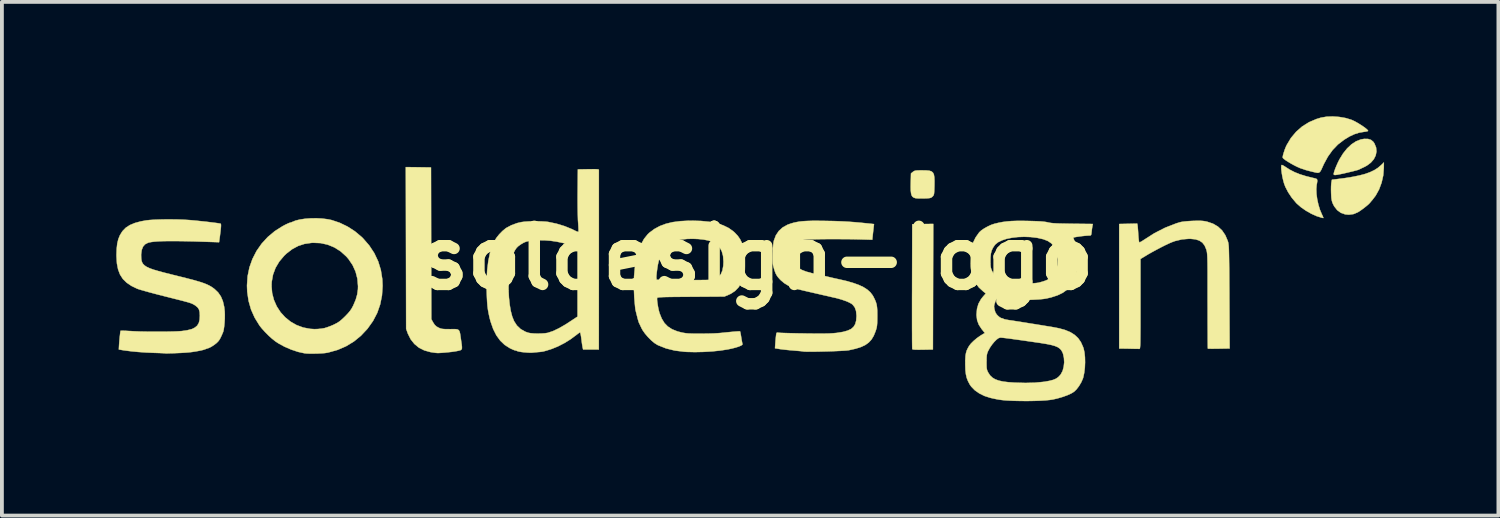
<source format=kicad_pcb>
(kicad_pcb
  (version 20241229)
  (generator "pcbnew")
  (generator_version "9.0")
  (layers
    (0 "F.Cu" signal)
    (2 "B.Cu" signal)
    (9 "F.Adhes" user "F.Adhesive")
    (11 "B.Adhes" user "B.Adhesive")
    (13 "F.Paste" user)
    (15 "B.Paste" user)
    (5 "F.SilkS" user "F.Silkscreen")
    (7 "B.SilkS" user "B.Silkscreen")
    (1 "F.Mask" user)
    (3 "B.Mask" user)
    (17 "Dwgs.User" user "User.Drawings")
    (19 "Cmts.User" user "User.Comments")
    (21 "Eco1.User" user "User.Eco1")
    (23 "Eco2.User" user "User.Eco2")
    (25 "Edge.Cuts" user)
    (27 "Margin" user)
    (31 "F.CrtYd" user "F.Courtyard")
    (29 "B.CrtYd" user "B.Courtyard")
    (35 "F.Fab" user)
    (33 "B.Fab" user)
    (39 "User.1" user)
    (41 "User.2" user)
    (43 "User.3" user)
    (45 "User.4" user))
  (footprint "soldesign-logo"
    (layer "F.Cu")
    (at 16.806 3.721)
    (property "Reference" "soldesign-logo" (at 0 0 0) (layer "F.SilkS") (effects (font (size 1.524 1.524) (thickness 0.3))))
    (attr through_hole)
    (fp_poly (pts (xy 4.614 2.396) (xy 4.347 2.401) (xy 4.24 2.402) (xy 4.163 2.401) (xy 4.112 2.398) (xy 4.083 2.392) (xy 4.072 2.384) (xy 4.071 2.364) (xy 4.07 2.313) (xy 4.069 2.233) (xy 4.068 2.125) (xy 4.068 1.994) (xy 4.067 1.84) (xy 4.067 1.667) (xy 4.067 1.476) (xy 4.067 1.27) (xy 4.067 1.052) (xy 4.068 0.823) (xy 4.068 0.737) (xy 4.072 -0.889) (xy 4.348 -0.894) (xy 4.623 -0.898) (xy 4.614 2.396)) (stroke (width 0.01) (type solid)) (fill yes) (layer "F.SilkS"))
    (fp_poly (pts (xy 16.026 -3.127) (xy 16.104 -3.102) (xy 16.165 -3.052) (xy 16.195 -3.008) (xy 16.238 -2.903) (xy 16.248 -2.797) (xy 16.228 -2.694) (xy 16.178 -2.595) (xy 16.1 -2.505) (xy 15.996 -2.427) (xy 15.922 -2.388) (xy 15.862 -2.36) (xy 15.813 -2.336) (xy 15.783 -2.322) (xy 15.782 -2.321) (xy 15.755 -2.312) (xy 15.703 -2.298) (xy 15.631 -2.279) (xy 15.547 -2.259) (xy 15.459 -2.238) (xy 15.372 -2.218) (xy 15.295 -2.202) (xy 15.234 -2.19) (xy 15.226 -2.188) (xy 15.17 -2.181) (xy 15.14 -2.183) (xy 15.127 -2.195) (xy 15.128 -2.224) (xy 15.143 -2.277) (xy 15.167 -2.347) (xy 15.2 -2.427) (xy 15.238 -2.511) (xy 15.278 -2.591) (xy 15.373 -2.746) (xy 15.479 -2.878) (xy 15.593 -2.985) (xy 15.713 -3.064) (xy 15.837 -3.113) (xy 15.925 -3.128) (xy 16.026 -3.127)) (stroke (width 0.01) (type solid)) (fill yes) (layer "F.SilkS"))
    (fp_poly (pts (xy 4.437 -2.301) (xy 4.517 -2.294) (xy 4.575 -2.276) (xy 4.614 -2.244) (xy 4.639 -2.195) (xy 4.651 -2.123) (xy 4.655 -2.025) (xy 4.654 -1.907) (xy 4.651 -1.811) (xy 4.648 -1.742) (xy 4.644 -1.695) (xy 4.637 -1.664) (xy 4.627 -1.642) (xy 4.612 -1.624) (xy 4.604 -1.616) (xy 4.582 -1.596) (xy 4.557 -1.583) (xy 4.523 -1.575) (xy 4.471 -1.57) (xy 4.394 -1.567) (xy 4.384 -1.567) (xy 4.304 -1.566) (xy 4.23 -1.567) (xy 4.174 -1.571) (xy 4.152 -1.574) (xy 4.11 -1.589) (xy 4.078 -1.612) (xy 4.055 -1.648) (xy 4.041 -1.701) (xy 4.033 -1.775) (xy 4.031 -1.875) (xy 4.033 -1.99) (xy 4.039 -2.222) (xy 4.089 -2.262) (xy 4.114 -2.28) (xy 4.141 -2.292) (xy 4.176 -2.298) (xy 4.228 -2.302) (xy 4.304 -2.303) (xy 4.332 -2.303) (xy 4.437 -2.301)) (stroke (width 0.01) (type solid)) (fill yes) (layer "F.SilkS"))
    (fp_poly (pts (xy 16.441 -2.369) (xy 16.426 -2.172) (xy 16.383 -1.981) (xy 16.316 -1.801) (xy 16.227 -1.64) (xy 16.138 -1.524) (xy 16.105 -1.486) (xy 16.081 -1.456) (xy 16.049 -1.422) (xy 15.997 -1.376) (xy 15.933 -1.325) (xy 15.864 -1.273) (xy 15.799 -1.228) (xy 15.758 -1.203) (xy 15.645 -1.156) (xy 15.525 -1.14) (xy 15.426 -1.149) (xy 15.313 -1.19) (xy 15.218 -1.26) (xy 15.141 -1.358) (xy 15.108 -1.421) (xy 15.088 -1.47) (xy 15.075 -1.52) (xy 15.066 -1.579) (xy 15.061 -1.658) (xy 15.059 -1.71) (xy 15.057 -1.797) (xy 15.058 -1.879) (xy 15.062 -1.946) (xy 15.066 -1.981) (xy 15.08 -2.057) (xy 15.19 -2.07) (xy 15.424 -2.1) (xy 15.627 -2.133) (xy 15.802 -2.169) (xy 15.953 -2.209) (xy 16.081 -2.255) (xy 16.191 -2.308) (xy 16.284 -2.367) (xy 16.364 -2.435) (xy 16.366 -2.436) (xy 16.442 -2.51) (xy 16.441 -2.369)) (stroke (width 0.01) (type solid)) (fill yes) (layer "F.SilkS"))
    (fp_poly (pts (xy 13.779 -2.441) (xy 13.816 -2.422) (xy 13.85 -2.4) (xy 13.969 -2.323) (xy 14.095 -2.258) (xy 14.235 -2.201) (xy 14.396 -2.151) (xy 14.582 -2.105) (xy 14.609 -2.099) (xy 14.655 -2.088) (xy 14.683 -2.074) (xy 14.695 -2.051) (xy 14.695 -2.012) (xy 14.685 -1.949) (xy 14.679 -1.921) (xy 14.67 -1.812) (xy 14.675 -1.683) (xy 14.694 -1.543) (xy 14.725 -1.402) (xy 14.766 -1.268) (xy 14.815 -1.152) (xy 14.839 -1.101) (xy 14.853 -1.066) (xy 14.855 -1.052) (xy 14.855 -1.052) (xy 14.829 -1.057) (xy 14.808 -1.062) (xy 14.677 -1.103) (xy 14.537 -1.166) (xy 14.397 -1.246) (xy 14.268 -1.336) (xy 14.159 -1.431) (xy 14.14 -1.451) (xy 14.026 -1.587) (xy 13.931 -1.73) (xy 13.857 -1.873) (xy 13.824 -1.962) (xy 13.8 -2.051) (xy 13.779 -2.144) (xy 13.764 -2.235) (xy 13.754 -2.317) (xy 13.75 -2.384) (xy 13.754 -2.43) (xy 13.761 -2.444) (xy 13.779 -2.441)) (stroke (width 0.01) (type solid)) (fill yes) (layer "F.SilkS"))
    (fp_poly (pts (xy -8.882 -2.384) (xy -8.551 -2.379) (xy -8.547 -0.389) (xy -8.543 1.6) (xy -8.494 1.689) (xy -8.453 1.751) (xy -8.407 1.793) (xy -8.359 1.82) (xy -8.321 1.838) (xy -8.286 1.85) (xy -8.244 1.857) (xy -8.19 1.861) (xy -8.114 1.862) (xy -8.048 1.863) (xy -7.962 1.862) (xy -7.898 1.863) (xy -7.853 1.871) (xy -7.823 1.889) (xy -7.803 1.922) (xy -7.789 1.974) (xy -7.777 2.051) (xy -7.762 2.156) (xy -7.761 2.165) (xy -7.747 2.259) (xy -7.74 2.325) (xy -7.74 2.369) (xy -7.751 2.396) (xy -7.774 2.413) (xy -7.812 2.424) (xy -7.866 2.436) (xy -7.924 2.446) (xy -8.005 2.458) (xy -8.099 2.468) (xy -8.196 2.477) (xy -8.285 2.484) (xy -8.356 2.488) (xy -8.382 2.488) (xy -8.429 2.484) (xy -8.494 2.475) (xy -8.565 2.464) (xy -8.566 2.464) (xy -8.727 2.419) (xy -8.868 2.348) (xy -8.987 2.25) (xy -9.084 2.128) (xy -9.157 1.982) (xy -9.164 1.963) (xy -9.203 1.854) (xy -9.212 -2.388) (xy -8.882 -2.384)) (stroke (width 0.01) (type solid)) (fill yes) (layer "F.SilkS"))
    (fp_poly (pts (xy 15.27 -3.704) (xy 15.433 -3.676) (xy 15.582 -3.632) (xy 15.612 -3.62) (xy 15.678 -3.589) (xy 15.751 -3.548) (xy 15.825 -3.503) (xy 15.895 -3.457) (xy 15.956 -3.413) (xy 16.001 -3.376) (xy 16.026 -3.348) (xy 16.028 -3.336) (xy 16.008 -3.328) (xy 15.965 -3.319) (xy 15.922 -3.313) (xy 15.792 -3.291) (xy 15.667 -3.251) (xy 15.537 -3.19) (xy 15.398 -3.105) (xy 15.238 -2.982) (xy 15.097 -2.835) (xy 14.974 -2.663) (xy 14.865 -2.462) (xy 14.834 -2.392) (xy 14.8 -2.317) (xy 14.772 -2.27) (xy 14.744 -2.245) (xy 14.71 -2.238) (xy 14.665 -2.244) (xy 14.656 -2.246) (xy 14.57 -2.266) (xy 14.489 -2.286) (xy 14.422 -2.304) (xy 14.377 -2.317) (xy 14.368 -2.321) (xy 14.324 -2.336) (xy 14.292 -2.346) (xy 14.237 -2.365) (xy 14.168 -2.396) (xy 14.09 -2.435) (xy 14.01 -2.479) (xy 13.933 -2.525) (xy 13.867 -2.567) (xy 13.818 -2.603) (xy 13.792 -2.63) (xy 13.79 -2.633) (xy 13.79 -2.662) (xy 13.801 -2.715) (xy 13.821 -2.781) (xy 13.845 -2.853) (xy 13.873 -2.922) (xy 13.893 -2.965) (xy 14.005 -3.152) (xy 14.141 -3.314) (xy 14.299 -3.453) (xy 14.478 -3.565) (xy 14.677 -3.65) (xy 14.794 -3.685) (xy 14.939 -3.71) (xy 15.101 -3.716) (xy 15.27 -3.704)) (stroke (width 0.01) (type solid)) (fill yes) (layer "F.SilkS"))
    (fp_poly (pts (xy 11.625 -0.98) (xy 11.691 -0.976) (xy 11.749 -0.968) (xy 11.806 -0.956) (xy 11.96 -0.904) (xy 12.09 -0.828) (xy 12.197 -0.729) (xy 12.283 -0.603) (xy 12.347 -0.452) (xy 12.356 -0.423) (xy 12.361 -0.403) (xy 12.365 -0.377) (xy 12.369 -0.344) (xy 12.373 -0.301) (xy 12.376 -0.245) (xy 12.378 -0.175) (xy 12.38 -0.088) (xy 12.382 0.019) (xy 12.384 0.146) (xy 12.386 0.298) (xy 12.387 0.476) (xy 12.388 0.681) (xy 12.39 0.918) (xy 12.39 1.019) (xy 12.397 2.369) (xy 12.115 2.374) (xy 12.021 2.375) (xy 11.94 2.376) (xy 11.876 2.375) (xy 11.837 2.374) (xy 11.826 2.372) (xy 11.825 2.354) (xy 11.824 2.306) (xy 11.823 2.228) (xy 11.822 2.125) (xy 11.822 1.998) (xy 11.821 1.852) (xy 11.82 1.687) (xy 11.82 1.507) (xy 11.82 1.314) (xy 11.819 1.125) (xy 11.819 0.89) (xy 11.819 0.686) (xy 11.819 0.512) (xy 11.819 0.363) (xy 11.818 0.239) (xy 11.817 0.136) (xy 11.815 0.051) (xy 11.813 -0.016) (xy 11.81 -0.07) (xy 11.807 -0.113) (xy 11.803 -0.147) (xy 11.799 -0.174) (xy 11.793 -0.198) (xy 11.787 -0.22) (xy 11.785 -0.227) (xy 11.742 -0.329) (xy 11.682 -0.407) (xy 11.602 -0.461) (xy 11.5 -0.494) (xy 11.372 -0.507) (xy 11.335 -0.508) (xy 11.148 -0.493) (xy 10.962 -0.448) (xy 10.88 -0.418) (xy 10.808 -0.387) (xy 10.714 -0.343) (xy 10.607 -0.289) (xy 10.493 -0.229) (xy 10.38 -0.168) (xy 10.276 -0.11) (xy 10.205 -0.067) (xy 10.058 0.022) (xy 10.058 1.201) (xy 10.058 1.43) (xy 10.058 1.627) (xy 10.058 1.795) (xy 10.057 1.936) (xy 10.056 2.052) (xy 10.055 2.147) (xy 10.054 2.221) (xy 10.052 2.278) (xy 10.049 2.319) (xy 10.046 2.348) (xy 10.042 2.366) (xy 10.038 2.376) (xy 10.032 2.379) (xy 10.029 2.38) (xy 10.002 2.379) (xy 9.948 2.378) (xy 9.874 2.377) (xy 9.787 2.375) (xy 9.749 2.374) (xy 9.5 2.37) (xy 9.5 -0.896) (xy 9.736 -0.901) (xy 9.973 -0.906) (xy 9.981 -0.864) (xy 9.985 -0.83) (xy 9.99 -0.772) (xy 9.996 -0.696) (xy 10 -0.622) (xy 10.006 -0.543) (xy 10.013 -0.478) (xy 10.02 -0.432) (xy 10.027 -0.413) (xy 10.047 -0.418) (xy 10.087 -0.439) (xy 10.137 -0.471) (xy 10.148 -0.478) (xy 10.423 -0.654) (xy 10.705 -0.798) (xy 10.995 -0.911) (xy 11.1 -0.943) (xy 11.148 -0.953) (xy 11.221 -0.962) (xy 11.311 -0.97) (xy 11.407 -0.976) (xy 11.433 -0.977) (xy 11.542 -0.98) (xy 11.625 -0.98)) (stroke (width 0.01) (type solid)) (fill yes) (layer "F.SilkS"))
    (fp_poly (pts (xy -11.403 -1.038) (xy -11.261 -1.02) (xy -11.159 -0.999) (xy -10.947 -0.928) (xy -10.74 -0.828) (xy -10.546 -0.703) (xy -10.372 -0.557) (xy -10.335 -0.521) (xy -10.171 -0.332) (xy -10.038 -0.13) (xy -9.937 0.084) (xy -9.867 0.311) (xy -9.829 0.549) (xy -9.821 0.727) (xy -9.837 0.977) (xy -9.884 1.213) (xy -9.962 1.437) (xy -10.072 1.648) (xy -10.213 1.846) (xy -10.218 1.853) (xy -10.388 2.034) (xy -10.574 2.186) (xy -10.778 2.31) (xy -11 2.406) (xy -11.242 2.474) (xy -11.269 2.48) (xy -11.336 2.49) (xy -11.427 2.497) (xy -11.531 2.502) (xy -11.64 2.504) (xy -11.741 2.504) (xy -11.826 2.5) (xy -11.87 2.495) (xy -12.038 2.458) (xy -12.216 2.399) (xy -12.392 2.323) (xy -12.553 2.235) (xy -12.632 2.183) (xy -12.717 2.116) (xy -12.811 2.031) (xy -12.905 1.936) (xy -12.989 1.843) (xy -13.047 1.77) (xy -13.175 1.563) (xy -13.271 1.348) (xy -13.336 1.121) (xy -13.371 0.882) (xy -13.377 0.728) (xy -12.734 0.728) (xy -12.718 0.918) (xy -12.671 1.098) (xy -12.597 1.265) (xy -12.498 1.418) (xy -12.376 1.552) (xy -12.235 1.666) (xy -12.077 1.756) (xy -11.904 1.82) (xy -11.72 1.855) (xy -11.609 1.862) (xy -11.52 1.859) (xy -11.429 1.85) (xy -11.352 1.837) (xy -11.346 1.836) (xy -11.278 1.815) (xy -11.195 1.785) (xy -11.112 1.75) (xy -11.092 1.74) (xy -11.019 1.703) (xy -10.956 1.663) (xy -10.895 1.613) (xy -10.824 1.547) (xy -10.802 1.525) (xy -10.73 1.45) (xy -10.677 1.387) (xy -10.635 1.326) (xy -10.597 1.256) (xy -10.587 1.235) (xy -10.525 1.089) (xy -10.486 0.952) (xy -10.467 0.815) (xy -10.465 0.736) (xy -10.481 0.541) (xy -10.529 0.355) (xy -10.608 0.181) (xy -10.716 0.022) (xy -10.774 -0.045) (xy -10.923 -0.179) (xy -11.086 -0.282) (xy -11.262 -0.354) (xy -11.448 -0.395) (xy -11.645 -0.403) (xy -11.685 -0.401) (xy -11.869 -0.374) (xy -12.038 -0.319) (xy -12.195 -0.234) (xy -12.344 -0.119) (xy -12.404 -0.061) (xy -12.532 0.091) (xy -12.629 0.255) (xy -12.695 0.432) (xy -12.729 0.62) (xy -12.734 0.728) (xy -13.377 0.728) (xy -13.377 0.716) (xy -13.361 0.475) (xy -13.313 0.242) (xy -13.234 0.021) (xy -13.127 -0.188) (xy -12.992 -0.381) (xy -12.832 -0.555) (xy -12.647 -0.71) (xy -12.439 -0.841) (xy -12.381 -0.872) (xy -12.322 -0.9) (xy -12.275 -0.921) (xy -12.246 -0.931) (xy -12.244 -0.931) (xy -12.214 -0.939) (xy -12.196 -0.947) (xy -12.106 -0.984) (xy -11.989 -1.013) (xy -11.854 -1.033) (xy -11.706 -1.044) (xy -11.554 -1.046) (xy -11.403 -1.038)) (stroke (width 0.01) (type solid)) (fill yes) (layer "F.SilkS"))
    (fp_poly (pts (xy -4.24 -2.334) (xy -4.188 -2.331) (xy -4.159 -2.326) (xy -4.149 -2.318) (xy -4.148 -2.316) (xy -4.148 -2.297) (xy -4.148 -2.246) (xy -4.148 -2.165) (xy -4.148 -2.055) (xy -4.148 -1.92) (xy -4.148 -1.761) (xy -4.148 -1.58) (xy -4.148 -1.378) (xy -4.148 -1.158) (xy -4.148 -0.922) (xy -4.148 -0.671) (xy -4.148 -0.408) (xy -4.148 -0.134) (xy -4.148 0.051) (xy -4.149 2.396) (xy -4.561 2.396) (xy -4.573 2.345) (xy -4.58 2.307) (xy -4.59 2.245) (xy -4.6 2.169) (xy -4.606 2.121) (xy -4.616 2.049) (xy -4.626 1.992) (xy -4.636 1.956) (xy -4.642 1.947) (xy -4.662 1.957) (xy -4.699 1.984) (xy -4.747 2.021) (xy -4.75 2.023) (xy -4.896 2.131) (xy -5.057 2.23) (xy -5.222 2.315) (xy -5.379 2.379) (xy -5.402 2.387) (xy -5.488 2.414) (xy -5.551 2.433) (xy -5.6 2.446) (xy -5.644 2.454) (xy -5.692 2.46) (xy -5.732 2.463) (xy -5.8 2.469) (xy -5.862 2.475) (xy -5.901 2.479) (xy -5.941 2.48) (xy -6.003 2.478) (xy -6.077 2.472) (xy -6.104 2.47) (xy -6.176 2.462) (xy -6.237 2.452) (xy -6.278 2.442) (xy -6.286 2.438) (xy -6.322 2.424) (xy -6.339 2.421) (xy -6.365 2.414) (xy -6.411 2.395) (xy -6.469 2.368) (xy -6.48 2.363) (xy -6.616 2.277) (xy -6.734 2.165) (xy -6.836 2.025) (xy -6.92 1.858) (xy -6.989 1.661) (xy -7.016 1.558) (xy -7.038 1.456) (xy -7.056 1.36) (xy -7.069 1.261) (xy -7.078 1.152) (xy -7.085 1.025) (xy -7.09 0.872) (xy -7.09 0.864) (xy -7.09 0.647) (xy -6.517 0.647) (xy -6.517 0.84) (xy -6.507 1.031) (xy -6.488 1.213) (xy -6.46 1.381) (xy -6.422 1.528) (xy -6.374 1.648) (xy -6.373 1.651) (xy -6.298 1.767) (xy -6.2 1.86) (xy -6.078 1.929) (xy -6.004 1.956) (xy -5.942 1.968) (xy -5.857 1.976) (xy -5.76 1.979) (xy -5.659 1.977) (xy -5.566 1.971) (xy -5.491 1.96) (xy -5.478 1.956) (xy -5.35 1.913) (xy -5.201 1.842) (xy -5.033 1.746) (xy -4.915 1.67) (xy -4.707 1.533) (xy -4.707 -0.304) (xy -4.754 -0.314) (xy -4.798 -0.325) (xy -4.857 -0.34) (xy -4.885 -0.347) (xy -5.084 -0.397) (xy -5.26 -0.434) (xy -5.422 -0.457) (xy -5.577 -0.469) (xy -5.733 -0.47) (xy -5.766 -0.469) (xy -5.883 -0.463) (xy -5.974 -0.452) (xy -6.049 -0.435) (xy -6.116 -0.408) (xy -6.182 -0.37) (xy -6.206 -0.354) (xy -6.265 -0.311) (xy -6.308 -0.268) (xy -6.345 -0.214) (xy -6.375 -0.156) (xy -6.422 -0.037) (xy -6.46 0.109) (xy -6.489 0.275) (xy -6.507 0.456) (xy -6.517 0.647) (xy -7.09 0.647) (xy -7.091 0.573) (xy -7.077 0.312) (xy -7.048 0.078) (xy -7.005 -0.131) (xy -6.946 -0.316) (xy -6.89 -0.443) (xy -6.836 -0.531) (xy -6.762 -0.624) (xy -6.677 -0.711) (xy -6.593 -0.781) (xy -6.572 -0.795) (xy -6.44 -0.865) (xy -6.292 -0.919) (xy -6.176 -0.946) (xy -6.096 -0.956) (xy -5.991 -0.963) (xy -5.873 -0.966) (xy -5.752 -0.967) (xy -5.636 -0.963) (xy -5.537 -0.957) (xy -5.478 -0.95) (xy -5.256 -0.903) (xy -5.046 -0.839) (xy -4.855 -0.761) (xy -4.781 -0.724) (xy -4.732 -0.701) (xy -4.697 -0.69) (xy -4.683 -0.692) (xy -4.681 -0.714) (xy -4.682 -0.763) (xy -4.685 -0.832) (xy -4.69 -0.913) (xy -4.691 -0.925) (xy -4.696 -0.996) (xy -4.699 -1.094) (xy -4.702 -1.214) (xy -4.704 -1.351) (xy -4.705 -1.497) (xy -4.705 -1.648) (xy -4.704 -1.736) (xy -4.699 -2.328) (xy -4.424 -2.333) (xy -4.317 -2.334) (xy -4.24 -2.334)) (stroke (width 0.01) (type solid)) (fill yes) (layer "F.SilkS"))
    (fp_poly (pts (xy -1.465 -0.975) (xy -1.248 -0.953) (xy -1.057 -0.915) (xy -0.891 -0.862) (xy -0.747 -0.792) (xy -0.624 -0.705) (xy -0.585 -0.67) (xy -0.505 -0.585) (xy -0.444 -0.497) (xy -0.394 -0.396) (xy -0.361 -0.309) (xy -0.345 -0.257) (xy -0.332 -0.21) (xy -0.324 -0.161) (xy -0.319 -0.103) (xy -0.317 -0.028) (xy -0.316 0.072) (xy -0.316 0.102) (xy -0.316 0.216) (xy -0.318 0.303) (xy -0.323 0.37) (xy -0.331 0.424) (xy -0.342 0.472) (xy -0.346 0.483) (xy -0.405 0.635) (xy -0.48 0.76) (xy -0.573 0.858) (xy -0.687 0.934) (xy -0.74 0.958) (xy -0.855 1.007) (xy -1.732 1.013) (xy -1.931 1.014) (xy -2.098 1.016) (xy -2.236 1.017) (xy -2.348 1.019) (xy -2.437 1.021) (xy -2.504 1.024) (xy -2.554 1.027) (xy -2.587 1.031) (xy -2.608 1.035) (xy -2.618 1.041) (xy -2.619 1.043) (xy -2.622 1.075) (xy -2.618 1.131) (xy -2.608 1.203) (xy -2.595 1.283) (xy -2.579 1.36) (xy -2.561 1.428) (xy -2.556 1.444) (xy -2.499 1.586) (xy -2.428 1.702) (xy -2.339 1.793) (xy -2.228 1.865) (xy -2.091 1.92) (xy -1.989 1.947) (xy -1.932 1.959) (xy -1.874 1.968) (xy -1.809 1.975) (xy -1.731 1.978) (xy -1.632 1.981) (xy -1.507 1.981) (xy -1.488 1.981) (xy -1.369 1.98) (xy -1.251 1.978) (xy -1.141 1.975) (xy -1.048 1.97) (xy -0.98 1.965) (xy -0.977 1.965) (xy -0.819 1.949) (xy -0.686 1.936) (xy -0.581 1.926) (xy -0.504 1.921) (xy -0.458 1.919) (xy -0.445 1.92) (xy -0.439 1.939) (xy -0.43 1.983) (xy -0.419 2.045) (xy -0.413 2.084) (xy -0.401 2.154) (xy -0.391 2.21) (xy -0.383 2.246) (xy -0.38 2.253) (xy -0.386 2.272) (xy -0.421 2.295) (xy -0.481 2.32) (xy -0.563 2.346) (xy -0.66 2.371) (xy -0.77 2.394) (xy -0.964 2.424) (xy -1.18 2.446) (xy -1.405 2.459) (xy -1.628 2.464) (xy -1.838 2.459) (xy -1.905 2.455) (xy -2.156 2.424) (xy -2.386 2.367) (xy -2.595 2.284) (xy -2.616 2.273) (xy -2.692 2.225) (xy -2.776 2.154) (xy -2.86 2.069) (xy -2.937 1.979) (xy -2.999 1.891) (xy -3.029 1.837) (xy -3.057 1.777) (xy -3.081 1.726) (xy -3.096 1.696) (xy -3.097 1.693) (xy -3.107 1.665) (xy -3.122 1.614) (xy -3.139 1.552) (xy -3.139 1.549) (xy -3.157 1.48) (xy -3.173 1.415) (xy -3.184 1.371) (xy -3.191 1.334) (xy -3.198 1.271) (xy -3.206 1.187) (xy -3.214 1.092) (xy -3.22 1.019) (xy -3.231 0.741) (xy -3.226 0.526) (xy -2.64 0.526) (xy -2.635 0.558) (xy -2.63 0.564) (xy -2.612 0.567) (xy -2.562 0.569) (xy -2.486 0.571) (xy -2.387 0.573) (xy -2.268 0.574) (xy -2.133 0.575) (xy -1.986 0.576) (xy -1.894 0.576) (xy -1.715 0.576) (xy -1.567 0.575) (xy -1.447 0.574) (xy -1.35 0.573) (xy -1.274 0.571) (xy -1.216 0.568) (xy -1.172 0.564) (xy -1.139 0.559) (xy -1.114 0.553) (xy -1.097 0.547) (xy -1.013 0.498) (xy -0.95 0.424) (xy -0.907 0.324) (xy -0.884 0.198) (xy -0.879 0.094) (xy -0.89 -0.057) (xy -0.925 -0.184) (xy -0.984 -0.287) (xy -1.068 -0.369) (xy -1.176 -0.431) (xy -1.177 -0.431) (xy -1.276 -0.463) (xy -1.399 -0.487) (xy -1.538 -0.502) (xy -1.683 -0.508) (xy -1.825 -0.505) (xy -1.956 -0.492) (xy -2.017 -0.481) (xy -2.159 -0.441) (xy -2.278 -0.388) (xy -2.375 -0.319) (xy -2.454 -0.231) (xy -2.516 -0.12) (xy -2.565 0.016) (xy -2.602 0.18) (xy -2.616 0.27) (xy -2.631 0.385) (xy -2.639 0.469) (xy -2.64 0.526) (xy -3.226 0.526) (xy -3.225 0.48) (xy -3.203 0.238) (xy -3.165 0.016) (xy -3.112 -0.184) (xy -3.044 -0.359) (xy -2.962 -0.507) (xy -2.865 -0.627) (xy -2.823 -0.667) (xy -2.693 -0.764) (xy -2.55 -0.841) (xy -2.391 -0.901) (xy -2.213 -0.944) (xy -2.012 -0.97) (xy -1.784 -0.982) (xy -1.711 -0.982) (xy -1.465 -0.975)) (stroke (width 0.01) (type solid)) (fill yes) (layer "F.SilkS"))
    (fp_poly (pts (xy -15.204 -1.014) (xy -15.054 -1.009) (xy -14.918 -1.001) (xy -14.876 -0.998) (xy -14.775 -0.989) (xy -14.665 -0.978) (xy -14.55 -0.966) (xy -14.437 -0.954) (xy -14.33 -0.941) (xy -14.234 -0.929) (xy -14.156 -0.919) (xy -14.099 -0.91) (xy -14.07 -0.904) (xy -14.067 -0.903) (xy -14.061 -0.887) (xy -14.059 -0.848) (xy -14.064 -0.784) (xy -14.074 -0.692) (xy -14.089 -0.57) (xy -14.092 -0.552) (xy -14.11 -0.418) (xy -14.51 -0.431) (xy -14.783 -0.44) (xy -15.023 -0.445) (xy -15.234 -0.448) (xy -15.416 -0.448) (xy -15.571 -0.446) (xy -15.7 -0.441) (xy -15.807 -0.433) (xy -15.892 -0.422) (xy -15.956 -0.409) (xy -15.972 -0.404) (xy -16.049 -0.365) (xy -16.104 -0.303) (xy -16.139 -0.215) (xy -16.154 -0.102) (xy -16.154 -0.067) (xy -16.152 0.001) (xy -16.145 0.059) (xy -16.129 0.11) (xy -16.102 0.155) (xy -16.061 0.194) (xy -16.005 0.231) (xy -15.929 0.266) (xy -15.832 0.301) (xy -15.71 0.337) (xy -15.562 0.377) (xy -15.384 0.422) (xy -15.313 0.44) (xy -15.114 0.489) (xy -14.944 0.532) (xy -14.8 0.569) (xy -14.68 0.603) (xy -14.58 0.633) (xy -14.497 0.662) (xy -14.428 0.69) (xy -14.37 0.718) (xy -14.318 0.747) (xy -14.271 0.779) (xy -14.228 0.811) (xy -14.134 0.901) (xy -14.062 1.006) (xy -14.01 1.13) (xy -13.976 1.277) (xy -13.962 1.397) (xy -13.959 1.484) (xy -13.96 1.583) (xy -13.966 1.686) (xy -13.975 1.784) (xy -13.987 1.868) (xy -14.001 1.929) (xy -14.006 1.942) (xy -14.044 2.031) (xy -14.075 2.096) (xy -14.103 2.144) (xy -14.133 2.184) (xy -14.133 2.184) (xy -14.181 2.231) (xy -14.245 2.28) (xy -14.313 2.324) (xy -14.374 2.354) (xy -14.393 2.361) (xy -14.441 2.376) (xy -14.47 2.388) (xy -14.527 2.407) (xy -14.61 2.426) (xy -14.711 2.445) (xy -14.821 2.462) (xy -14.901 2.471) (xy -14.96 2.476) (xy -15.036 2.481) (xy -15.123 2.486) (xy -15.216 2.49) (xy -15.307 2.494) (xy -15.391 2.496) (xy -15.461 2.498) (xy -15.51 2.498) (xy -15.533 2.496) (xy -15.534 2.495) (xy -15.551 2.494) (xy -15.596 2.492) (xy -15.663 2.489) (xy -15.748 2.486) (xy -15.816 2.484) (xy -16.025 2.475) (xy -16.224 2.461) (xy -16.406 2.444) (xy -16.564 2.424) (xy -16.614 2.417) (xy -16.739 2.396) (xy -16.735 2.32) (xy -16.731 2.253) (xy -16.725 2.176) (xy -16.718 2.097) (xy -16.71 2.022) (xy -16.703 1.961) (xy -16.697 1.919) (xy -16.693 1.905) (xy -16.674 1.903) (xy -16.628 1.904) (xy -16.56 1.906) (xy -16.476 1.911) (xy -16.433 1.913) (xy -16.322 1.919) (xy -16.191 1.924) (xy -16.045 1.927) (xy -15.89 1.929) (xy -15.733 1.929) (xy -15.578 1.929) (xy -15.433 1.927) (xy -15.302 1.924) (xy -15.192 1.92) (xy -15.108 1.914) (xy -15.091 1.913) (xy -14.946 1.892) (xy -14.832 1.863) (xy -14.745 1.822) (xy -14.682 1.769) (xy -14.641 1.699) (xy -14.62 1.612) (xy -14.614 1.512) (xy -14.619 1.416) (xy -14.638 1.344) (xy -14.675 1.289) (xy -14.733 1.242) (xy -14.755 1.228) (xy -14.777 1.215) (xy -14.798 1.204) (xy -14.82 1.193) (xy -14.846 1.183) (xy -14.88 1.171) (xy -14.926 1.157) (xy -14.986 1.141) (xy -15.063 1.12) (xy -15.161 1.095) (xy -15.284 1.064) (xy -15.434 1.026) (xy -15.545 0.998) (xy -15.688 0.962) (xy -15.824 0.926) (xy -15.951 0.892) (xy -16.062 0.861) (xy -16.153 0.835) (xy -16.221 0.814) (xy -16.256 0.802) (xy -16.409 0.728) (xy -16.534 0.643) (xy -16.633 0.546) (xy -16.707 0.431) (xy -16.758 0.297) (xy -16.789 0.14) (xy -16.8 -0.043) (xy -16.801 -0.085) (xy -16.795 -0.248) (xy -16.78 -0.384) (xy -16.752 -0.499) (xy -16.711 -0.6) (xy -16.655 -0.691) (xy -16.632 -0.721) (xy -16.553 -0.801) (xy -16.45 -0.867) (xy -16.321 -0.921) (xy -16.164 -0.964) (xy -16.02 -0.99) (xy -15.929 -1) (xy -15.81 -1.008) (xy -15.672 -1.013) (xy -15.52 -1.016) (xy -15.362 -1.016) (xy -15.204 -1.014)) (stroke (width 0.01) (type solid)) (fill yes) (layer "F.SilkS"))
    (fp_poly (pts (xy 1.781 -0.977) (xy 1.829 -0.976) (xy 1.999 -0.973) (xy 2.148 -0.968) (xy 2.285 -0.962) (xy 2.417 -0.954) (xy 2.553 -0.944) (xy 2.702 -0.931) (xy 2.871 -0.914) (xy 2.978 -0.903) (xy 3.069 -0.893) (xy 3.056 -0.781) (xy 3.047 -0.704) (xy 3.038 -0.623) (xy 3.033 -0.576) (xy 3.023 -0.483) (xy 2.743 -0.491) (xy 2.584 -0.495) (xy 2.417 -0.498) (xy 2.247 -0.499) (xy 2.076 -0.5) (xy 1.911 -0.5) (xy 1.753 -0.499) (xy 1.608 -0.497) (xy 1.479 -0.494) (xy 1.37 -0.49) (xy 1.286 -0.485) (xy 1.23 -0.48) (xy 1.215 -0.477) (xy 1.112 -0.44) (xy 1.036 -0.381) (xy 0.988 -0.307) (xy 0.973 -0.25) (xy 0.963 -0.171) (xy 0.96 -0.082) (xy 0.963 0.007) (xy 0.972 0.083) (xy 0.986 0.135) (xy 1.028 0.202) (xy 1.09 0.26) (xy 1.176 0.309) (xy 1.289 0.353) (xy 1.431 0.392) (xy 1.482 0.404) (xy 1.607 0.431) (xy 1.736 0.46) (xy 1.854 0.487) (xy 1.905 0.499) (xy 1.976 0.516) (xy 2.06 0.535) (xy 2.134 0.551) (xy 2.343 0.599) (xy 2.521 0.65) (xy 2.67 0.703) (xy 2.793 0.761) (xy 2.893 0.825) (xy 2.972 0.896) (xy 3.033 0.975) (xy 3.057 1.018) (xy 3.094 1.093) (xy 3.12 1.158) (xy 3.138 1.221) (xy 3.148 1.29) (xy 3.154 1.374) (xy 3.155 1.481) (xy 3.155 1.524) (xy 3.154 1.628) (xy 3.152 1.706) (xy 3.147 1.767) (xy 3.139 1.818) (xy 3.126 1.867) (xy 3.109 1.919) (xy 3.062 2.035) (xy 3.004 2.132) (xy 2.932 2.211) (xy 2.841 2.277) (xy 2.729 2.33) (xy 2.591 2.374) (xy 2.423 2.412) (xy 2.396 2.417) (xy 2.352 2.422) (xy 2.283 2.427) (xy 2.192 2.432) (xy 2.085 2.437) (xy 1.967 2.442) (xy 1.842 2.446) (xy 1.717 2.449) (xy 1.595 2.452) (xy 1.481 2.453) (xy 1.381 2.454) (xy 1.3 2.453) (xy 1.242 2.451) (xy 1.212 2.448) (xy 1.211 2.447) (xy 1.188 2.444) (xy 1.139 2.438) (xy 1.069 2.432) (xy 0.985 2.425) (xy 0.957 2.422) (xy 0.857 2.414) (xy 0.757 2.404) (xy 0.668 2.394) (xy 0.6 2.385) (xy 0.596 2.384) (xy 0.472 2.364) (xy 0.482 2.219) (xy 0.488 2.143) (xy 0.495 2.071) (xy 0.501 2.018) (xy 0.502 2.009) (xy 0.51 1.968) (xy 0.524 1.952) (xy 0.55 1.954) (xy 0.556 1.955) (xy 0.583 1.958) (xy 0.639 1.961) (xy 0.722 1.964) (xy 0.826 1.967) (xy 0.948 1.97) (xy 1.084 1.973) (xy 1.23 1.975) (xy 1.253 1.976) (xy 1.431 1.978) (xy 1.58 1.979) (xy 1.704 1.979) (xy 1.806 1.978) (xy 1.892 1.976) (xy 1.965 1.972) (xy 2.03 1.967) (xy 2.092 1.961) (xy 2.11 1.958) (xy 2.258 1.934) (xy 2.376 1.901) (xy 2.467 1.859) (xy 2.532 1.803) (xy 2.576 1.731) (xy 2.601 1.641) (xy 2.61 1.53) (xy 2.61 1.502) (xy 2.598 1.384) (xy 2.564 1.29) (xy 2.507 1.218) (xy 2.476 1.194) (xy 2.411 1.159) (xy 2.322 1.122) (xy 2.218 1.086) (xy 2.109 1.055) (xy 2.057 1.042) (xy 2.007 1.031) (xy 1.932 1.014) (xy 1.839 0.992) (xy 1.736 0.969) (xy 1.651 0.949) (xy 1.545 0.925) (xy 1.442 0.901) (xy 1.349 0.88) (xy 1.276 0.863) (xy 1.236 0.854) (xy 1.068 0.813) (xy 0.929 0.768) (xy 0.813 0.716) (xy 0.715 0.656) (xy 0.63 0.585) (xy 0.596 0.551) (xy 0.551 0.5) (xy 0.517 0.452) (xy 0.489 0.4) (xy 0.464 0.335) (xy 0.438 0.249) (xy 0.423 0.195) (xy 0.415 0.143) (xy 0.41 0.066) (xy 0.409 -0.028) (xy 0.411 -0.131) (xy 0.416 -0.235) (xy 0.423 -0.331) (xy 0.433 -0.411) (xy 0.443 -0.46) (xy 0.495 -0.598) (xy 0.572 -0.713) (xy 0.673 -0.805) (xy 0.8 -0.876) (xy 0.872 -0.902) (xy 0.951 -0.926) (xy 1.03 -0.944) (xy 1.115 -0.959) (xy 1.21 -0.969) (xy 1.32 -0.975) (xy 1.449 -0.979) (xy 1.601 -0.979) (xy 1.781 -0.977)) (stroke (width 0.01) (type solid)) (fill yes) (layer "F.SilkS"))
    (fp_poly (pts (xy 7.087 -0.976) (xy 7.235 -0.972) (xy 7.354 -0.968) (xy 7.448 -0.963) (xy 7.523 -0.956) (xy 7.582 -0.948) (xy 7.628 -0.938) (xy 7.669 -0.929) (xy 7.717 -0.922) (xy 7.775 -0.916) (xy 7.848 -0.912) (xy 7.941 -0.908) (xy 8.057 -0.906) (xy 8.201 -0.903) (xy 8.278 -0.902) (xy 8.809 -0.896) (xy 8.799 -0.85) (xy 8.792 -0.809) (xy 8.783 -0.748) (xy 8.778 -0.699) (xy 8.771 -0.641) (xy 8.763 -0.609) (xy 8.749 -0.596) (xy 8.724 -0.593) (xy 8.715 -0.593) (xy 8.661 -0.591) (xy 8.593 -0.585) (xy 8.518 -0.577) (xy 8.444 -0.567) (xy 8.378 -0.557) (xy 8.327 -0.548) (xy 8.3 -0.539) (xy 8.297 -0.537) (xy 8.304 -0.512) (xy 8.319 -0.472) (xy 8.321 -0.468) (xy 8.352 -0.393) (xy 8.375 -0.323) (xy 8.39 -0.251) (xy 8.399 -0.168) (xy 8.404 -0.067) (xy 8.406 0.042) (xy 8.406 0.147) (xy 8.404 0.225) (xy 8.4 0.286) (xy 8.393 0.336) (xy 8.382 0.385) (xy 8.365 0.44) (xy 8.358 0.463) (xy 8.301 0.605) (xy 8.228 0.725) (xy 8.135 0.825) (xy 8.021 0.908) (xy 7.882 0.975) (xy 7.716 1.029) (xy 7.586 1.059) (xy 7.508 1.071) (xy 7.404 1.081) (xy 7.281 1.088) (xy 7.147 1.094) (xy 7.01 1.096) (xy 6.878 1.096) (xy 6.758 1.093) (xy 6.658 1.087) (xy 6.629 1.084) (xy 6.514 1.07) (xy 6.428 1.06) (xy 6.366 1.056) (xy 6.323 1.057) (xy 6.295 1.066) (xy 6.276 1.083) (xy 6.263 1.11) (xy 6.249 1.147) (xy 6.24 1.173) (xy 6.223 1.225) (xy 6.218 1.269) (xy 6.224 1.32) (xy 6.231 1.351) (xy 6.252 1.422) (xy 6.286 1.476) (xy 6.319 1.511) (xy 6.361 1.547) (xy 6.399 1.57) (xy 6.415 1.575) (xy 6.45 1.583) (xy 6.461 1.591) (xy 6.485 1.601) (xy 6.532 1.612) (xy 6.594 1.623) (xy 6.604 1.625) (xy 6.684 1.636) (xy 6.778 1.651) (xy 6.87 1.665) (xy 6.883 1.667) (xy 6.975 1.682) (xy 7.081 1.699) (xy 7.179 1.715) (xy 7.197 1.718) (xy 7.283 1.731) (xy 7.372 1.746) (xy 7.449 1.758) (xy 7.468 1.761) (xy 7.538 1.773) (xy 7.625 1.787) (xy 7.713 1.801) (xy 7.73 1.804) (xy 7.924 1.841) (xy 8.087 1.887) (xy 8.223 1.944) (xy 8.334 2.015) (xy 8.424 2.1) (xy 8.495 2.202) (xy 8.55 2.324) (xy 8.567 2.372) (xy 8.589 2.474) (xy 8.602 2.598) (xy 8.605 2.735) (xy 8.599 2.874) (xy 8.583 3.006) (xy 8.559 3.121) (xy 8.548 3.158) (xy 8.504 3.258) (xy 8.445 3.357) (xy 8.379 3.443) (xy 8.319 3.501) (xy 8.244 3.548) (xy 8.141 3.595) (xy 8.016 3.64) (xy 7.878 3.68) (xy 7.76 3.707) (xy 7.673 3.72) (xy 7.557 3.731) (xy 7.419 3.739) (xy 7.263 3.744) (xy 7.095 3.747) (xy 6.921 3.746) (xy 6.746 3.742) (xy 6.697 3.74) (xy 6.57 3.734) (xy 6.465 3.726) (xy 6.373 3.715) (xy 6.281 3.699) (xy 6.178 3.677) (xy 6.113 3.662) (xy 5.965 3.614) (xy 5.83 3.547) (xy 5.713 3.465) (xy 5.62 3.37) (xy 5.579 3.311) (xy 5.534 3.225) (xy 5.501 3.14) (xy 5.48 3.048) (xy 5.467 2.94) (xy 5.463 2.808) (xy 5.462 2.777) (xy 5.463 2.726) (xy 6.02 2.726) (xy 6.021 2.812) (xy 6.023 2.873) (xy 6.03 2.917) (xy 6.041 2.954) (xy 6.059 2.991) (xy 6.069 3.009) (xy 6.115 3.078) (xy 6.173 3.133) (xy 6.246 3.177) (xy 6.338 3.211) (xy 6.453 3.237) (xy 6.594 3.254) (xy 6.765 3.266) (xy 6.773 3.266) (xy 7.043 3.273) (xy 7.284 3.267) (xy 7.497 3.247) (xy 7.551 3.24) (xy 7.673 3.218) (xy 7.768 3.193) (xy 7.842 3.162) (xy 7.901 3.121) (xy 7.952 3.068) (xy 7.969 3.045) (xy 8.016 2.958) (xy 8.045 2.85) (xy 8.058 2.733) (xy 8.051 2.615) (xy 8.027 2.507) (xy 8.007 2.459) (xy 7.977 2.409) (xy 7.937 2.368) (xy 7.885 2.333) (xy 7.815 2.304) (xy 7.724 2.278) (xy 7.609 2.254) (xy 7.464 2.23) (xy 7.434 2.225) (xy 7.191 2.19) (xy 6.978 2.159) (xy 6.796 2.134) (xy 6.646 2.113) (xy 6.528 2.098) (xy 6.443 2.088) (xy 6.39 2.084) (xy 6.382 2.084) (xy 6.337 2.097) (xy 6.283 2.136) (xy 6.224 2.195) (xy 6.164 2.268) (xy 6.108 2.35) (xy 6.062 2.435) (xy 6.053 2.455) (xy 6.037 2.498) (xy 6.027 2.546) (xy 6.022 2.61) (xy 6.02 2.696) (xy 6.02 2.726) (xy 5.463 2.726) (xy 5.464 2.657) (xy 5.469 2.563) (xy 5.482 2.487) (xy 5.502 2.42) (xy 5.533 2.356) (xy 5.564 2.302) (xy 5.612 2.24) (xy 5.683 2.17) (xy 5.767 2.099) (xy 5.856 2.036) (xy 5.877 2.023) (xy 5.976 1.963) (xy 5.892 1.859) (xy 5.818 1.746) (xy 5.774 1.629) (xy 5.758 1.499) (xy 5.758 1.479) (xy 5.771 1.328) (xy 5.809 1.196) (xy 5.876 1.076) (xy 5.929 1.009) (xy 6.002 0.926) (xy 5.935 0.874) (xy 5.82 0.769) (xy 5.732 0.652) (xy 5.668 0.517) (xy 5.63 0.393) (xy 5.619 0.336) (xy 5.611 0.278) (xy 5.607 0.211) (xy 5.606 0.126) (xy 5.608 0.059) (xy 6.123 0.059) (xy 6.123 0.146) (xy 6.127 0.208) (xy 6.135 0.256) (xy 6.149 0.299) (xy 6.166 0.339) (xy 6.216 0.429) (xy 6.274 0.496) (xy 6.349 0.549) (xy 6.381 0.566) (xy 6.463 0.602) (xy 6.552 0.629) (xy 6.655 0.648) (xy 6.775 0.66) (xy 6.918 0.665) (xy 7.087 0.665) (xy 7.179 0.662) (xy 7.266 0.658) (xy 7.337 0.651) (xy 7.385 0.644) (xy 7.391 0.643) (xy 7.491 0.615) (xy 7.566 0.59) (xy 7.622 0.565) (xy 7.669 0.537) (xy 7.713 0.502) (xy 7.719 0.497) (xy 7.794 0.409) (xy 7.849 0.3) (xy 7.881 0.175) (xy 7.889 0.04) (xy 7.874 -0.088) (xy 7.839 -0.211) (xy 7.789 -0.311) (xy 7.72 -0.389) (xy 7.629 -0.45) (xy 7.513 -0.496) (xy 7.368 -0.529) (xy 7.343 -0.534) (xy 7.175 -0.554) (xy 7.008 -0.56) (xy 6.845 -0.554) (xy 6.691 -0.536) (xy 6.55 -0.508) (xy 6.427 -0.468) (xy 6.327 -0.42) (xy 6.255 -0.363) (xy 6.239 -0.345) (xy 6.188 -0.27) (xy 6.154 -0.198) (xy 6.134 -0.118) (xy 6.124 -0.02) (xy 6.123 0.059) (xy 5.608 0.059) (xy 5.609 0.017) (xy 5.609 -0.005) (xy 5.613 -0.113) (xy 5.618 -0.194) (xy 5.624 -0.256) (xy 5.633 -0.306) (xy 5.646 -0.352) (xy 5.661 -0.393) (xy 5.734 -0.543) (xy 5.829 -0.677) (xy 5.882 -0.726) (xy 5.958 -0.778) (xy 6.047 -0.828) (xy 6.138 -0.871) (xy 6.223 -0.9) (xy 6.223 -0.9) (xy 6.335 -0.927) (xy 6.442 -0.948) (xy 6.55 -0.962) (xy 6.666 -0.972) (xy 6.796 -0.977) (xy 6.948 -0.978) (xy 7.087 -0.976)) (stroke (width 0.01) (type solid)) (fill yes) (layer "F.SilkS")))
  (gr_rect
    (start -3 -3)
    (end 36.253 10.473)
    (stroke (width 0.1) (type default))
    (fill no)
    (layer "Edge.Cuts")))
</source>
